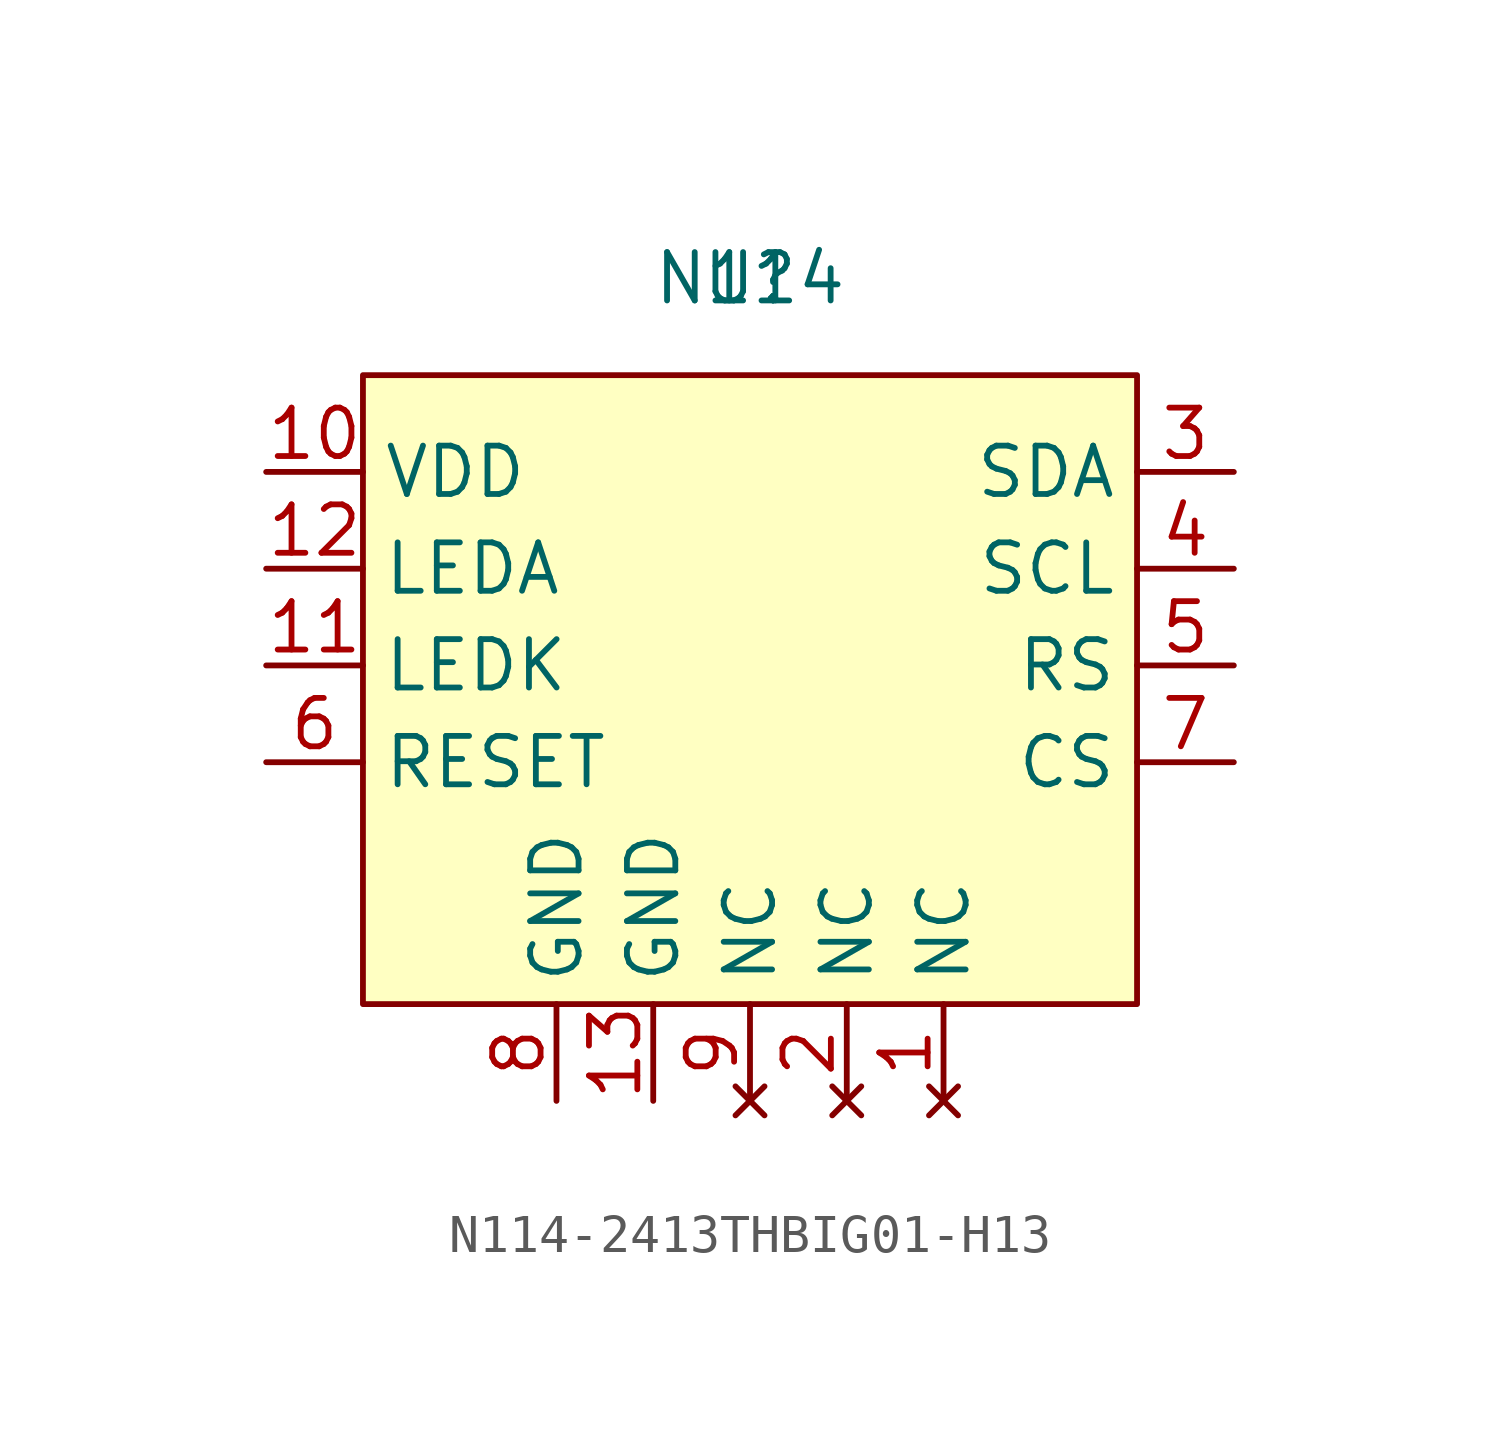
<source format=kicad_sym>
(kicad_symbol_lib
  (version 20220914)
  (generator kicad_symbol_editor)
  (symbol "N114-2413THBIG01-H13"
    (property "Reference" "U"
      (at 0 10.16 0)
      (effects (font (size 1.27 1.27))))
    (property "Value" "N114"
      (at 0 10.16 0)
      (effects (font (size 1.27 1.27))))
    (symbol "N114-2413THBIG01-H13_1_1"
      (rectangle (start -10.16 7.62) (end 10.16 -8.89) (stroke (width 0) (type default)) (fill (type background)))
      (pin no_connect line (at 5.08 -11.43 90) (length 2.54) (name "NC" (effects (font (size 1.27 1.27)))) (number "1" (effects (font (size 1.27 1.27)))))
      (pin power_in line (at -12.7 5.08 0) (length 2.54) (name "VDD" (effects (font (size 1.27 1.27)))) (number "10" (effects (font (size 1.27 1.27)))))
      (pin power_in line (at -12.7 0 0) (length 2.54) (name "LEDK" (effects (font (size 1.27 1.27)))) (number "11" (effects (font (size 1.27 1.27)))))
      (pin input line (at -12.7 2.54 0) (length 2.54) (name "LEDA" (effects (font (size 1.27 1.27)))) (number "12" (effects (font (size 1.27 1.27)))))
      (pin power_in line (at -2.54 -11.43 90) (length 2.54) (name "GND" (effects (font (size 1.27 1.27)))) (number "13" (effects (font (size 1.27 1.27)))))
      (pin no_connect line (at 2.54 -11.43 90) (length 2.54) (name "NC" (effects (font (size 1.27 1.27)))) (number "2" (effects (font (size 1.27 1.27)))))
      (pin bidirectional line (at 12.7 5.08 180) (length 2.54) (name "SDA" (effects (font (size 1.27 1.27)))) (number "3" (effects (font (size 1.27 1.27)))))
      (pin input line (at 12.7 2.54 180) (length 2.54) (name "SCL" (effects (font (size 1.27 1.27)))) (number "4" (effects (font (size 1.27 1.27)))))
      (pin input line (at 12.7 0 180) (length 2.54) (name "RS" (effects (font (size 1.27 1.27)))) (number "5" (effects (font (size 1.27 1.27)))))
      (pin input line (at -12.7 -2.54 0) (length 2.54) (name "RESET" (effects (font (size 1.27 1.27)))) (number "6" (effects (font (size 1.27 1.27)))))
      (pin input line (at 12.7 -2.54 180) (length 2.54) (name "CS" (effects (font (size 1.27 1.27)))) (number "7" (effects (font (size 1.27 1.27)))))
      (pin power_in line (at -5.08 -11.43 90) (length 2.54) (name "GND" (effects (font (size 1.27 1.27)))) (number "8" (effects (font (size 1.27 1.27)))))
      (pin no_connect line (at 0 -11.43 90) (length 2.54) (name "NC" (effects (font (size 1.27 1.27)))) (number "9" (effects (font (size 1.27 1.27))))))))
</source>
